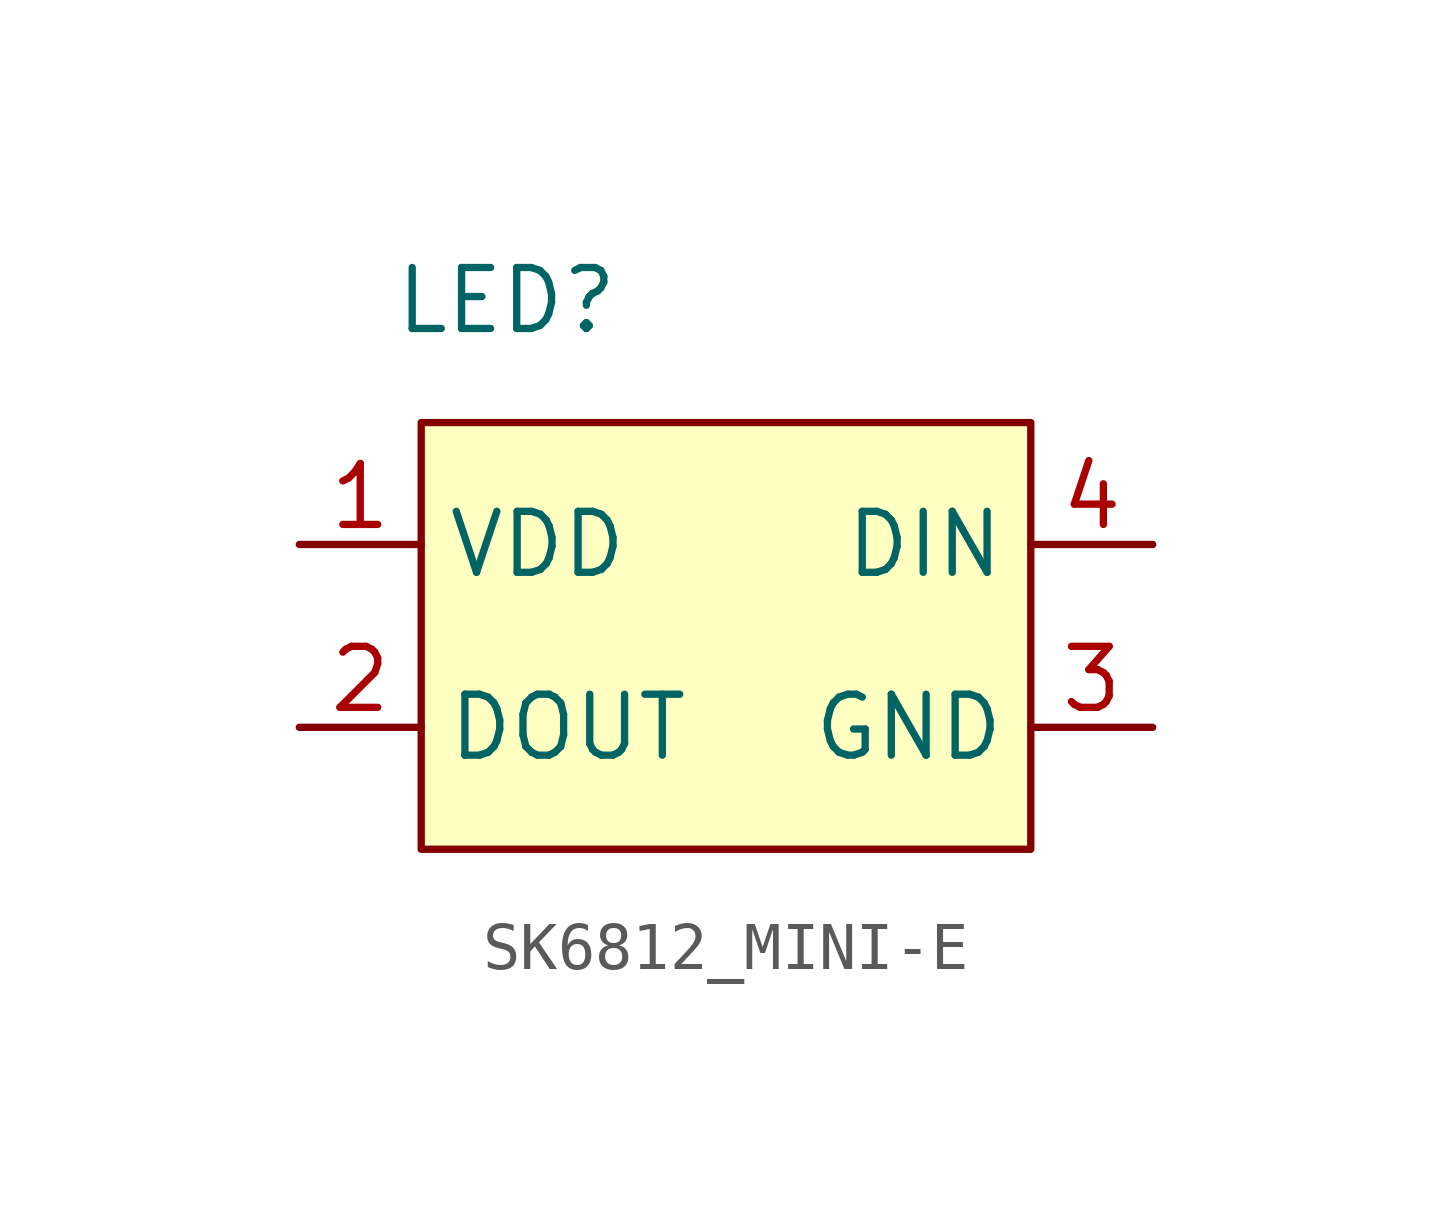
<source format=kicad_sym>
(kicad_symbol_lib
  (version 20231120)
  (generator "kicad_symbol_editor")
  (generator_version "8.0")
  (symbol "SK6812_MINI-E"
    (property "Reference" "LED"
      (at -10.922 11.43 0)
      (effects (font (size 1.27 1.27))))
    (property "Value" ""
      (at -15.24 10.16 0)
      (effects (font (size 1.27 1.27))))
    (symbol "SK6812_MINI-E_1_1"
      (rectangle (start -12.7 8.89) (end 0 0) (stroke (width 0) (type default)) (fill (type background)))
      (pin input line (at -15.24 6.35 0) (length 2.54) (name "VDD" (effects (font (size 1.27 1.27)))) (number "1" (effects (font (size 1.27 1.27)))))
      (pin input line (at -15.24 2.54 0) (length 2.54) (name "DOUT" (effects (font (size 1.27 1.27)))) (number "2" (effects (font (size 1.27 1.27)))))
      (pin input line (at 2.54 2.54 180) (length 2.54) (name "GND" (effects (font (size 1.27 1.27)))) (number "3" (effects (font (size 1.27 1.27)))))
      (pin input line (at 2.54 6.35 180) (length 2.54) (name "DIN" (effects (font (size 1.27 1.27)))) (number "4" (effects (font (size 1.27 1.27))))))))
</source>
